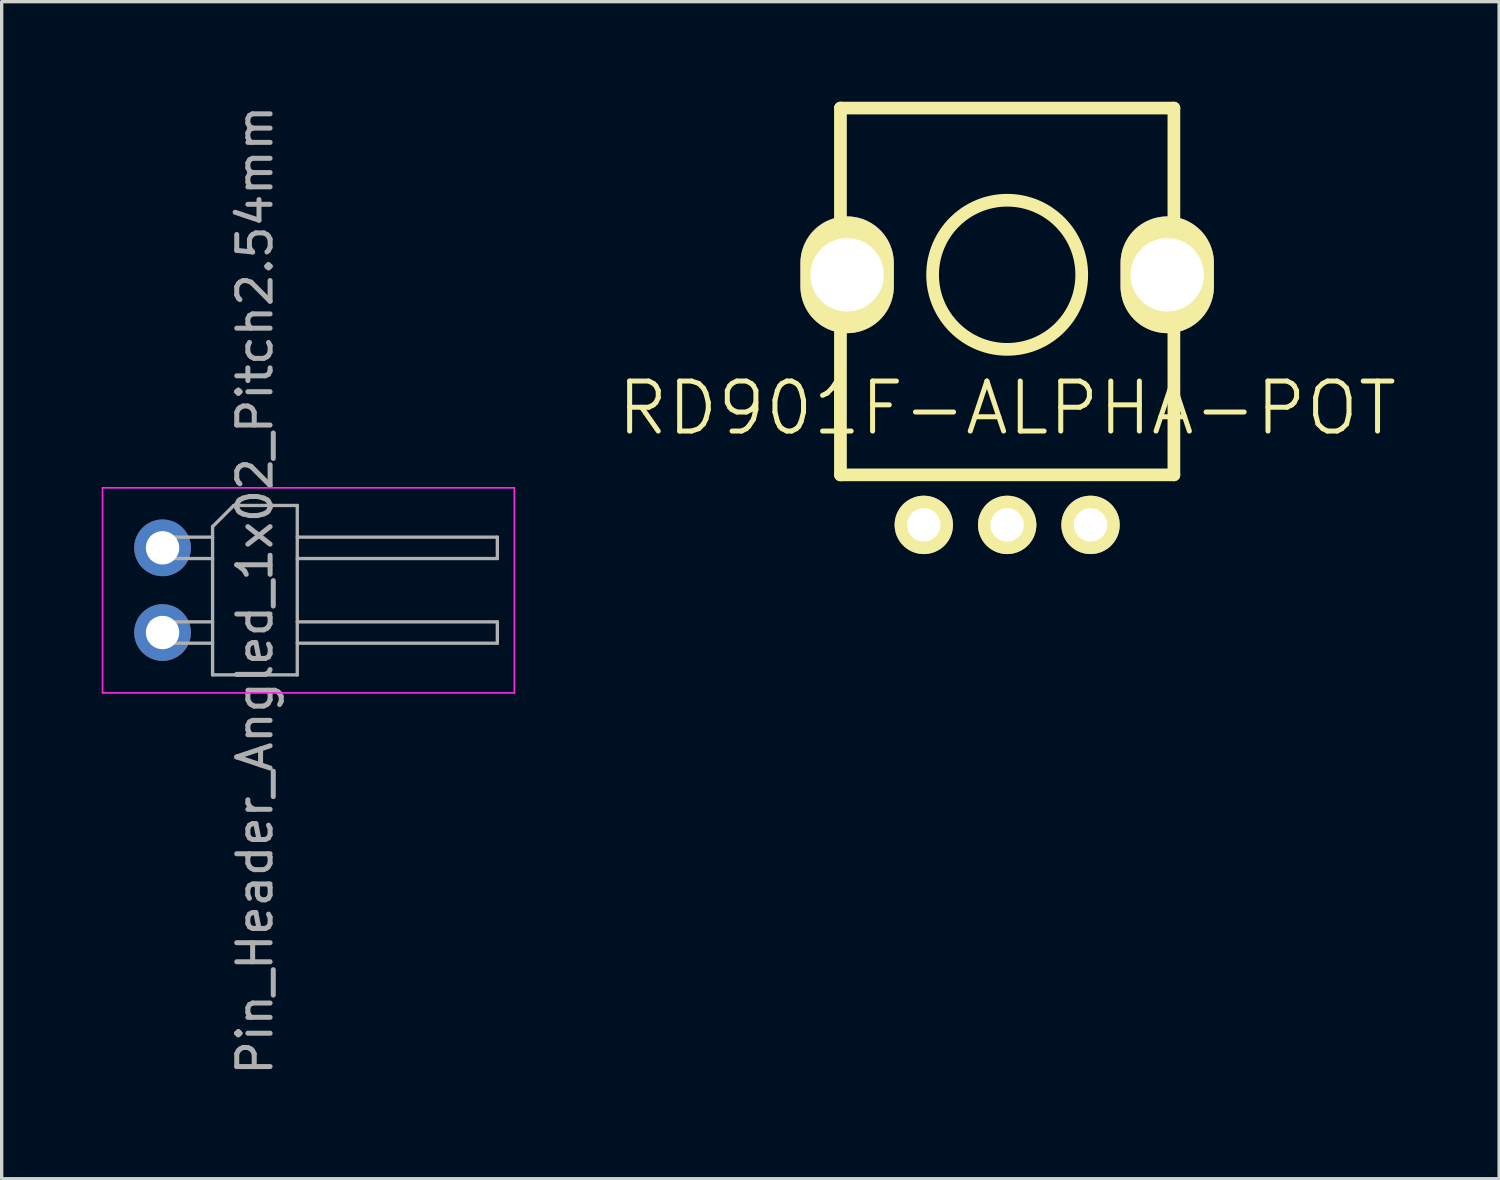
<source format=kicad_pcb>
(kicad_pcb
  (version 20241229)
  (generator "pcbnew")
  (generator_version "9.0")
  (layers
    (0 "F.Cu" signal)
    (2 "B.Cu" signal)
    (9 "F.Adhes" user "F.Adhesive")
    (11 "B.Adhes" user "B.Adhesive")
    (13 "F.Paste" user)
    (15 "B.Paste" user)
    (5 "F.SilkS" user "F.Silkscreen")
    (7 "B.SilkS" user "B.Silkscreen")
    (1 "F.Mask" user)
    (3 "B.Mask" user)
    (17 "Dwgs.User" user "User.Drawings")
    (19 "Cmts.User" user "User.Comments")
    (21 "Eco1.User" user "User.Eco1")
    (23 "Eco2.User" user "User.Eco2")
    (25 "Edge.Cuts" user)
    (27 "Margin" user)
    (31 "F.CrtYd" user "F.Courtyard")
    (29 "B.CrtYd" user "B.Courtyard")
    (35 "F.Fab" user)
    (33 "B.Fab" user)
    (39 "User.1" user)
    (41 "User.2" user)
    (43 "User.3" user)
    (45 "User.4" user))
  (footprint "RD901F-ALPHA-POT"
    (layer "F.Cu")
    (at 27.154 5.191)
    (property "Reference" "RD901F-ALPHA-POT" (at 0 4 0) (layer "F.SilkS") (effects (font (size 1.5 1.5) (thickness 0.15))))
    (attr through_hole)
    (fp_line (start -5 -5) (end 5 -5) (stroke (width 0.381) (type solid)) (layer "F.SilkS"))
    (fp_line (start -5 0) (end -5 -5) (stroke (width 0.381) (type solid)) (layer "F.SilkS"))
    (fp_line (start -5 6) (end -5 0) (stroke (width 0.381) (type solid)) (layer "F.SilkS"))
    (fp_line (start 5 -5) (end 5 6) (stroke (width 0.381) (type solid)) (layer "F.SilkS"))
    (fp_line (start 5 6) (end -5 6) (stroke (width 0.381) (type solid)) (layer "F.SilkS"))
    (fp_circle (center 0 0) (end 1 2) (stroke (width 0.381) (type solid)) (fill no) (layer "F.SilkS"))
    (pad "" thru_hole oval (at -4.8 0) (size 2.8 3.5) (drill 2.2) (layers "*.Cu" "*.Mask" "F.SilkS"))
    (pad "" thru_hole oval (at 4.8 0) (size 2.8 3.5) (drill 2.2) (layers "*.Cu" "*.Mask" "F.SilkS"))
    (pad "1" thru_hole circle (at -2.5 7.5) (size 1.75 1.75) (drill 1) (layers "*.Cu" "*.Mask" "F.SilkS"))
    (pad "2" thru_hole circle (at 0 7.5) (size 1.75 1.75) (drill 1) (layers "*.Cu" "*.Mask" "F.SilkS"))
    (pad "3" thru_hole circle (at 2.5 7.5) (size 1.75 1.75) (drill 1) (layers "*.Cu" "*.Mask" "F.SilkS")))
  (footprint "Pin_Header_Angled_1x02_Pitch2.54mm"
    (layer "F.Cu")
    (at 1.825 13.379)
    (property "Reference" "Pin_Header_Angled_1x02_Pitch2.54mm" (at 2.794 1.27 90) (layer "Eco2.User") (effects (font (size 1 1) (thickness 0.15))))
    (attr through_hole)
    (fp_line (start -1.8 -1.8) (end -1.8 4.35) (stroke (width 0.05) (type solid)) (layer "F.CrtYd"))
    (fp_line (start -1.8 4.35) (end 10.55 4.35) (stroke (width 0.05) (type solid)) (layer "F.CrtYd"))
    (fp_line (start 10.55 -1.8) (end -1.8 -1.8) (stroke (width 0.05) (type solid)) (layer "F.CrtYd"))
    (fp_line (start 10.55 4.35) (end 10.55 -1.8) (stroke (width 0.05) (type solid)) (layer "F.CrtYd"))
    (fp_line (start -0.32 -0.32) (end -0.32 0.32) (stroke (width 0.1) (type solid)) (layer "F.Fab"))
    (fp_line (start -0.32 -0.32) (end 1.5 -0.32) (stroke (width 0.1) (type solid)) (layer "F.Fab"))
    (fp_line (start -0.32 0.32) (end 1.5 0.32) (stroke (width 0.1) (type solid)) (layer "F.Fab"))
    (fp_line (start -0.32 2.22) (end -0.32 2.86) (stroke (width 0.1) (type solid)) (layer "F.Fab"))
    (fp_line (start -0.32 2.22) (end 1.5 2.22) (stroke (width 0.1) (type solid)) (layer "F.Fab"))
    (fp_line (start -0.32 2.86) (end 1.5 2.86) (stroke (width 0.1) (type solid)) (layer "F.Fab"))
    (fp_line (start 1.5 -0.635) (end 2.135 -1.27) (stroke (width 0.1) (type solid)) (layer "F.Fab"))
    (fp_line (start 1.5 3.81) (end 1.5 -0.635) (stroke (width 0.1) (type solid)) (layer "F.Fab"))
    (fp_line (start 2.135 -1.27) (end 4.04 -1.27) (stroke (width 0.1) (type solid)) (layer "F.Fab"))
    (fp_line (start 4.04 -1.27) (end 4.04 3.81) (stroke (width 0.1) (type solid)) (layer "F.Fab"))
    (fp_line (start 4.04 -0.32) (end 10.04 -0.32) (stroke (width 0.1) (type solid)) (layer "F.Fab"))
    (fp_line (start 4.04 0.32) (end 10.04 0.32) (stroke (width 0.1) (type solid)) (layer "F.Fab"))
    (fp_line (start 4.04 2.22) (end 10.04 2.22) (stroke (width 0.1) (type solid)) (layer "F.Fab"))
    (fp_line (start 4.04 2.86) (end 10.04 2.86) (stroke (width 0.1) (type solid)) (layer "F.Fab"))
    (fp_line (start 4.04 3.81) (end 1.5 3.81) (stroke (width 0.1) (type solid)) (layer "F.Fab"))
    (fp_line (start 10.04 -0.32) (end 10.04 0.32) (stroke (width 0.1) (type solid)) (layer "F.Fab"))
    (fp_line (start 10.04 2.22) (end 10.04 2.86) (stroke (width 0.1) (type solid)) (layer "F.Fab"))
    (fp_text user "${REFERENCE}" (at 2.77 1.27 90) (layer "F.Fab") (effects (font (size 1 1) (thickness 0.15))))
    (pad "1" thru_hole circle (at 0 0) (size 1.7 1.7) (drill 1) (layers "*.Cu" "*.Mask"))
    (pad "2" thru_hole oval (at 0 2.54) (size 1.7 1.7) (drill 1) (layers "*.Cu" "*.Mask")))
  (gr_rect
    (start -3 -3)
    (end 41.907 32.298)
    (stroke (width 0.1) (type default))
    (fill no)
    (layer "Edge.Cuts")))
</source>
